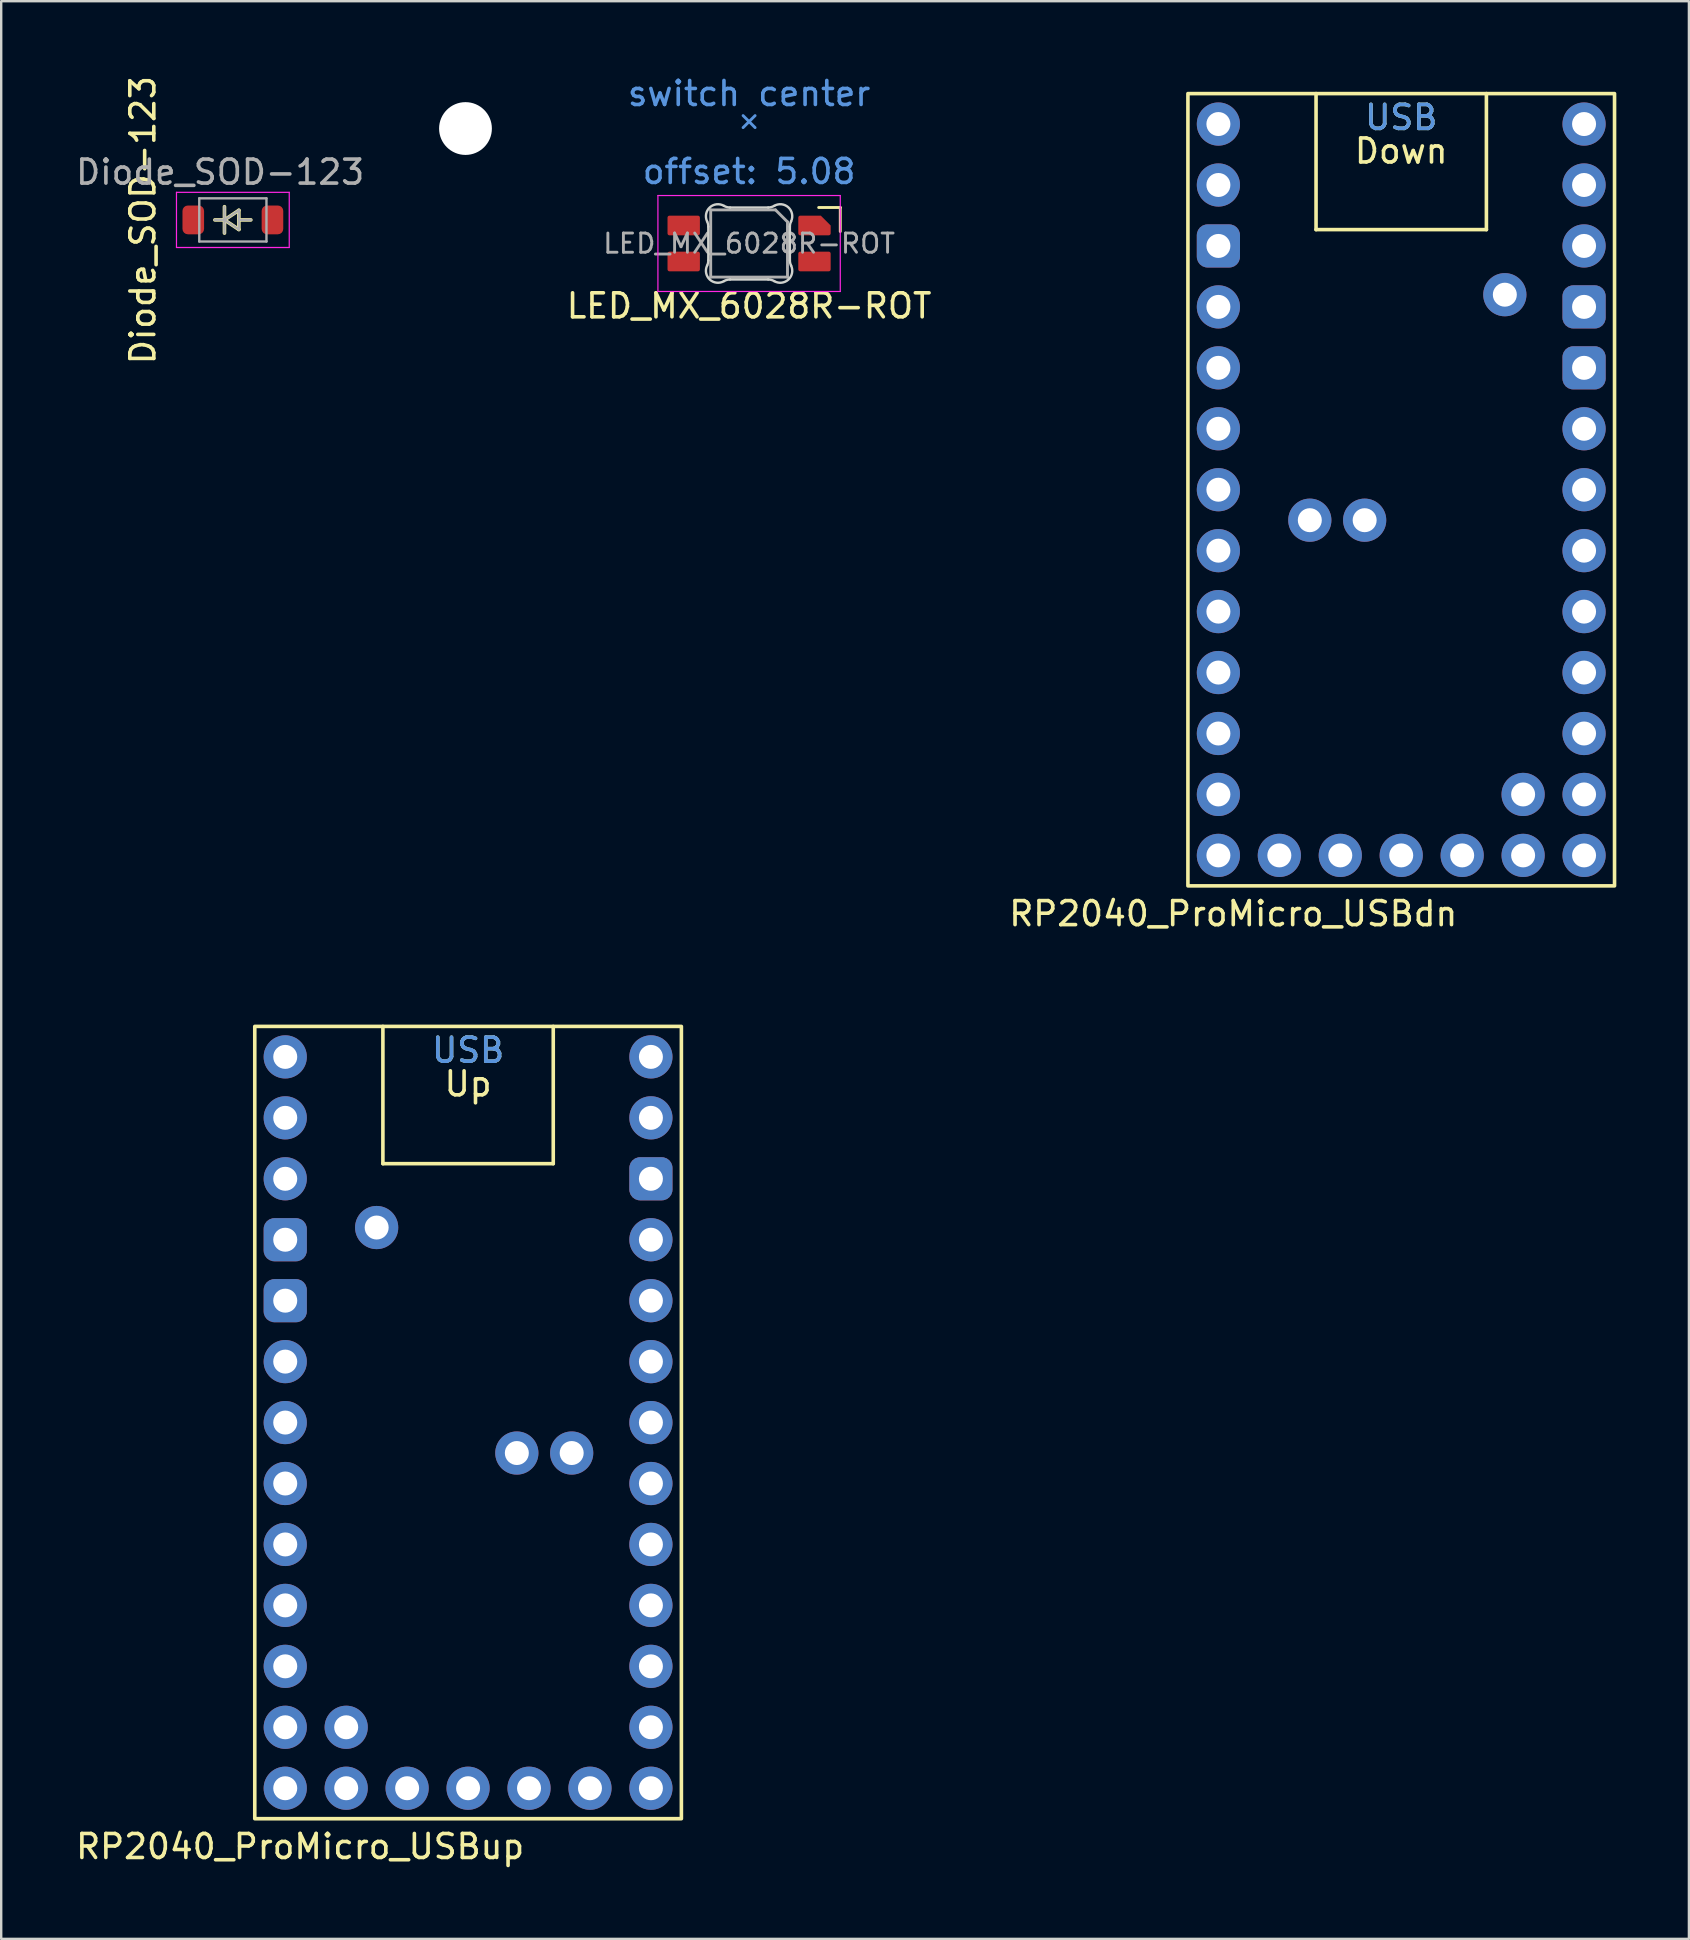
<source format=kicad_pcb>
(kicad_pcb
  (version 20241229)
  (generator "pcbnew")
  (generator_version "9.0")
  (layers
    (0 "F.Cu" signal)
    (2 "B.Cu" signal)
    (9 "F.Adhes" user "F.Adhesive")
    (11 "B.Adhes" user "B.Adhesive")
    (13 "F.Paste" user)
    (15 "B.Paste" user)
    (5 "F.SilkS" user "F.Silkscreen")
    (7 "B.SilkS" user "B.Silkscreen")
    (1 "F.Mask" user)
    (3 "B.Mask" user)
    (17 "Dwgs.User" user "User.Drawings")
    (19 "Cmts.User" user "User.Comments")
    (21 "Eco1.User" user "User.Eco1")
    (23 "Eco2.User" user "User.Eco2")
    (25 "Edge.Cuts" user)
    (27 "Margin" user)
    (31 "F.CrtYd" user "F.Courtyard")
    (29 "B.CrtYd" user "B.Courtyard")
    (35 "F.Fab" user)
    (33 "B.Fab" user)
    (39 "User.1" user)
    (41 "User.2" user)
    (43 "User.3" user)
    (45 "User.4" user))
  (footprint "RP2040_ProMicro_USBdn"
    (layer "F.Cu")
    (at 55.349 18.63)
    (property "Reference" "RP2040_ProMicro_USBdn" (at -7 16.4 0) (unlocked yes) (layer "F.SilkS") (effects (font (size 1 1) (thickness 0.15))))
    (attr through_hole exclude_from_pos_files exclude_from_bom)
    (fp_line (start -3.55 -12.11) (end -3.55 -17.78) (stroke (width 0.15) (type default)) (layer "F.SilkS"))
    (fp_line (start 3.55 -12.11) (end -3.55 -12.11) (stroke (width 0.15) (type default)) (layer "F.SilkS"))
    (fp_line (start 3.55 -12.11) (end 3.55 -17.78) (stroke (width 0.15) (type default)) (layer "F.SilkS"))
    (fp_rect (start -8.89 -17.78) (end 8.89 15.24) (stroke (width 0.15) (type solid)) (fill no) (layer "F.SilkS"))
    (fp_rect (start -3.55 -18.58) (end 3.55 -12.08) (stroke (width 0.1) (type default)) (fill no) (layer "Eco2.User"))
    (fp_rect (start 8.89 -17.78) (end -8.89 15.24) (stroke (width 0.2) (type solid)) (fill no) (layer "Eco2.User"))
    (fp_text user "Down" (at 0 -14.8 0) (unlocked yes) (layer "F.SilkS") (effects (font (size 1 1) (thickness 0.15)) (justify bottom)))
    (fp_text user "USB" (at 0 -16.2 0) (unlocked yes) (layer "F.SilkS") (effects (font (size 1 1) (thickness 0.15)) (justify bottom)))
    (fp_text user "USB" (at 0 -16.2 0) (layer "Cmts.User") (effects (font (size 1 1) (thickness 0.15)) (justify bottom)))
    (pad "0" thru_hole circle (at 7.62 -13.97) (size 1.8 1.8) (drill 1) (layers "*.Cu" "*.Mask"))
    (pad "1" thru_hole circle (at 7.62 -11.43) (size 1.8 1.8) (drill 1) (layers "*.Cu" "*.Mask"))
    (pad "2" thru_hole circle (at 7.62 -3.81) (size 1.8 1.8) (drill 1) (layers "*.Cu" "*.Mask"))
    (pad "3" thru_hole circle (at 7.62 -1.27) (size 1.8 1.8) (drill 1) (layers "*.Cu" "*.Mask"))
    (pad "3v3" thru_hole circle (at -7.62 -6.35) (size 1.8 1.8) (drill 1) (layers "*.Cu" "*.Mask"))
    (pad "4" thru_hole circle (at 7.62 1.27) (size 1.8 1.8) (drill 1) (layers "*.Cu" "*.Mask"))
    (pad "5" thru_hole circle (at 7.62 3.81) (size 1.8 1.8) (drill 1) (layers "*.Cu" "*.Mask"))
    (pad "5v" thru_hole circle (at -7.62 -13.97) (size 1.8 1.8) (drill 1) (layers "*.Cu" "*.Mask"))
    (pad "6" thru_hole circle (at 7.62 6.35) (size 1.8 1.8) (drill 1) (layers "*.Cu" "*.Mask"))
    (pad "7" thru_hole circle (at 7.62 8.89) (size 1.8 1.8) (drill 1) (layers "*.Cu" "*.Mask"))
    (pad "8" thru_hole circle (at 7.62 11.43) (size 1.8 1.8) (drill 1) (layers "*.Cu" "*.Mask"))
    (pad "9" thru_hole circle (at 7.62 13.97) (size 1.8 1.8) (drill 1) (layers "*.Cu" "*.Mask"))
    (pad "10" thru_hole circle (at 7.62 -16.51) (size 1.8 1.8) (drill 1) (layers "*.Cu" "*.Mask"))
    (pad "11" thru_hole circle (at -7.62 -16.51) (size 1.8 1.8) (drill 1) (layers "*.Cu" "*.Mask"))
    (pad "12" thru_hole circle (at 5.08 13.97) (size 1.8 1.8) (drill 1) (layers "*.Cu" "*.Mask"))
    (pad "13" thru_hole circle (at 2.54 13.97) (size 1.8 1.8) (drill 1) (layers "*.Cu" "*.Mask"))
    (pad "14" thru_hole circle (at 0 13.97) (size 1.8 1.8) (drill 1) (layers "*.Cu" "*.Mask"))
    (pad "15" thru_hole circle (at -2.54 13.97) (size 1.8 1.8) (drill 1) (layers "*.Cu" "*.Mask"))
    (pad "16" thru_hole circle (at -5.08 13.97) (size 1.8 1.8) (drill 1) (layers "*.Cu" "*.Mask"))
    (pad "18" thru_hole circle (at -1.524 0) (size 1.8 1.8) (drill 1) (layers "*.Cu" "*.Mask"))
    (pad "20" thru_hole circle (at -7.62 8.89) (size 1.8 1.8) (drill 1) (layers "*.Cu" "*.Mask"))
    (pad "21" thru_hole circle (at -7.62 13.97) (size 1.8 1.8) (drill 1) (layers "*.Cu" "*.Mask"))
    (pad "22" thru_hole circle (at -7.62 6.35) (size 1.8 1.8) (drill 1) (layers "*.Cu" "*.Mask"))
    (pad "23" thru_hole circle (at -7.62 11.43) (size 1.8 1.8) (drill 1) (layers "*.Cu" "*.Mask"))
    (pad "24" thru_hole circle (at -3.81 0) (size 1.8 1.8) (drill 1) (layers "*.Cu" "*.Mask"))
    (pad "25" thru_hole circle (at 5.08 11.43) (size 1.8 1.8) (drill 1) (layers "*.Cu" "*.Mask"))
    (pad "26" thru_hole circle (at -7.62 3.81) (size 1.8 1.8) (drill 1) (layers "*.Cu" "*.Mask"))
    (pad "27" thru_hole circle (at -7.62 1.27) (size 1.8 1.8) (drill 1) (layers "*.Cu" "*.Mask"))
    (pad "28" thru_hole circle (at -7.62 -1.27) (size 1.8 1.8) (drill 1) (layers "*.Cu" "*.Mask"))
    (pad "29" thru_hole circle (at -7.62 -3.81) (size 1.8 1.8) (drill 1) (layers "*.Cu" "*.Mask"))
    (pad "BOOT" thru_hole circle (at 4.318 -9.398) (size 1.8 1.8) (drill 1) (layers "*.Cu" "*.Mask"))
    (pad "G" thru_hole roundrect (at -7.62 -11.43) (size 1.8 1.8) (drill 1) (layers "*.Cu" "*.Mask") (roundrect_rratio 0.25))
    (pad "G" thru_hole roundrect (at 7.62 -8.89) (size 1.8 1.8) (drill 1) (layers "*.Cu" "*.Mask") (roundrect_rratio 0.25))
    (pad "G" thru_hole roundrect (at 7.62 -6.35) (size 1.8 1.8) (drill 1) (layers "*.Cu" "*.Mask") (roundrect_rratio 0.25))
    (pad "RST" thru_hole circle (at -7.62 -8.89) (size 1.8 1.8) (drill 1) (layers "*.Cu" "*.Mask")))
  (footprint "Diode_SOD-123"
    (layer "F.Cu")
    (at 6.655 6.115)
    (property "Reference" "Diode_SOD-123" (at -3.75 0.01 270) (layer "F.SilkS") (effects (font (size 1 1) (thickness 0.15))))
    (attr smd)
    (fp_line (start -0.75 0) (end -0.35 0) (stroke (width 0.15) (type solid)) (layer "F.SilkS"))
    (fp_line (start -0.35 0) (end -0.35 -0.55) (stroke (width 0.15) (type solid)) (layer "F.SilkS"))
    (fp_line (start -0.35 0) (end -0.35 0.55) (stroke (width 0.15) (type solid)) (layer "F.SilkS"))
    (fp_line (start -0.35 0) (end 0.25 -0.4) (stroke (width 0.15) (type solid)) (layer "F.SilkS"))
    (fp_line (start 0.25 -0.4) (end 0.25 0.4) (stroke (width 0.15) (type solid)) (layer "F.SilkS"))
    (fp_line (start 0.25 0) (end 0.75 0) (stroke (width 0.15) (type solid)) (layer "F.SilkS"))
    (fp_line (start 0.25 0.4) (end -0.35 0) (stroke (width 0.15) (type solid)) (layer "F.SilkS"))
    (fp_line (start -2.35 -1.15) (end -2.35 1.15) (stroke (width 0.05) (type solid)) (layer "F.CrtYd"))
    (fp_line (start -2.35 -1.15) (end 2.35 -1.15) (stroke (width 0.05) (type solid)) (layer "F.CrtYd"))
    (fp_line (start 2.35 -1.15) (end 2.35 1.15) (stroke (width 0.05) (type solid)) (layer "F.CrtYd"))
    (fp_line (start 2.35 1.15) (end -2.35 1.15) (stroke (width 0.05) (type solid)) (layer "F.CrtYd"))
    (fp_line (start -1.4 -0.9) (end 1.4 -0.9) (stroke (width 0.1) (type solid)) (layer "F.Fab"))
    (fp_line (start -1.4 0.9) (end -1.4 -0.9) (stroke (width 0.1) (type solid)) (layer "F.Fab"))
    (fp_line (start -0.75 0) (end -0.35 0) (stroke (width 0.1) (type solid)) (layer "F.Fab"))
    (fp_line (start -0.35 0) (end -0.35 -0.55) (stroke (width 0.1) (type solid)) (layer "F.Fab"))
    (fp_line (start -0.35 0) (end -0.35 0.55) (stroke (width 0.1) (type solid)) (layer "F.Fab"))
    (fp_line (start -0.35 0) (end 0.25 -0.4) (stroke (width 0.1) (type solid)) (layer "F.Fab"))
    (fp_line (start 0.25 -0.4) (end 0.25 0.4) (stroke (width 0.1) (type solid)) (layer "F.Fab"))
    (fp_line (start 0.25 0) (end 0.75 0) (stroke (width 0.1) (type solid)) (layer "F.Fab"))
    (fp_line (start 0.25 0.4) (end -0.35 0) (stroke (width 0.1) (type solid)) (layer "F.Fab"))
    (fp_line (start 1.4 -0.9) (end 1.4 0.9) (stroke (width 0.1) (type solid)) (layer "F.Fab"))
    (fp_line (start 1.4 0.9) (end -1.4 0.9) (stroke (width 0.1) (type solid)) (layer "F.Fab"))
    (fp_text user "${REFERENCE}" (at -0.53 -1.99 0) (layer "F.Fab") (effects (font (size 1 1) (thickness 0.15))))
    (pad "1" smd roundrect (at -1.65 0) (size 0.9 1.2) (layers "F.Cu" "F.Mask" "F.Paste") (roundrect_rratio 0.25))
    (pad "2" smd roundrect (at 1.65 0) (size 0.9 1.2) (layers "F.Cu" "F.Mask" "F.Paste") (roundrect_rratio 0.25)))
  (footprint "HOLE_M2"
    (layer "F.Cu")
    (at 16.35 2.307)
    (property "Reference" "HOLE_M2" (at 0 -2 0) (layer "Eco2.User") (effects (font (size 0.3 0.3) (thickness 0.075))))
    (attr through_hole)
    (pad "" np_thru_hole circle (at 0 0) (size 2.2 2.2) (drill 2.2) (layers "*.Cu" "*.Mask" "Eco2.User")))
  (footprint "RP2040_ProMicro_USBup"
    (layer "F.Cu")
    (at 16.458 57.508)
    (property "Reference" "RP2040_ProMicro_USBup" (at -7 16.4 0) (unlocked yes) (layer "F.SilkS") (effects (font (size 1 1) (thickness 0.15))))
    (attr through_hole exclude_from_pos_files exclude_from_bom)
    (fp_line (start -3.55 -12.06) (end -3.55 -17.78) (stroke (width 0.15) (type default)) (layer "F.SilkS"))
    (fp_line (start 3.55 -12.06) (end -3.55 -12.06) (stroke (width 0.15) (type default)) (layer "F.SilkS"))
    (fp_line (start 3.55 -12.06) (end 3.55 -17.78) (stroke (width 0.15) (type default)) (layer "F.SilkS"))
    (fp_rect (start -8.89 -17.78) (end 8.89 15.24) (stroke (width 0.15) (type solid)) (fill no) (layer "F.SilkS"))
    (fp_rect (start -3.55 -18.58) (end 3.55 -12.08) (stroke (width 0.1) (type default)) (fill no) (layer "Eco2.User"))
    (fp_rect (start 8.89 -17.78) (end -8.89 15.24) (stroke (width 0.2) (type solid)) (fill no) (layer "Eco2.User"))
    (fp_text user "Up" (at 0 -14.8 0) (unlocked yes) (layer "F.SilkS") (effects (font (size 1 1) (thickness 0.15)) (justify bottom)))
    (fp_text user "USB" (at 0 -16.2 0) (unlocked yes) (layer "F.SilkS") (effects (font (size 1 1) (thickness 0.15)) (justify bottom)))
    (fp_text user "USB" (at 0 -16.2 0) (layer "Cmts.User") (effects (font (size 1 1) (thickness 0.15)) (justify bottom)))
    (pad "0" thru_hole circle (at -7.62 -13.97) (size 1.8 1.8) (drill 1) (layers "*.Cu" "*.Mask"))
    (pad "1" thru_hole circle (at -7.62 -11.43) (size 1.8 1.8) (drill 1) (layers "*.Cu" "*.Mask"))
    (pad "2" thru_hole circle (at -7.62 -3.81) (size 1.8 1.8) (drill 1) (layers "*.Cu" "*.Mask"))
    (pad "3" thru_hole circle (at -7.62 -1.27) (size 1.8 1.8) (drill 1) (layers "*.Cu" "*.Mask"))
    (pad "3v3" thru_hole circle (at 7.62 -6.35) (size 1.8 1.8) (drill 1) (layers "*.Cu" "*.Mask"))
    (pad "4" thru_hole circle (at -7.62 1.27) (size 1.8 1.8) (drill 1) (layers "*.Cu" "*.Mask"))
    (pad "5" thru_hole circle (at -7.62 3.81) (size 1.8 1.8) (drill 1) (layers "*.Cu" "*.Mask"))
    (pad "5v" thru_hole circle (at 7.62 -13.97) (size 1.8 1.8) (drill 1) (layers "*.Cu" "*.Mask"))
    (pad "6" thru_hole circle (at -7.62 6.35) (size 1.8 1.8) (drill 1) (layers "*.Cu" "*.Mask"))
    (pad "7" thru_hole circle (at -7.62 8.89) (size 1.8 1.8) (drill 1) (layers "*.Cu" "*.Mask"))
    (pad "8" thru_hole circle (at -7.62 11.43) (size 1.8 1.8) (drill 1) (layers "*.Cu" "*.Mask"))
    (pad "9" thru_hole circle (at -7.62 13.97) (size 1.8 1.8) (drill 1) (layers "*.Cu" "*.Mask"))
    (pad "10" thru_hole circle (at -7.62 -16.51) (size 1.8 1.8) (drill 1) (layers "*.Cu" "*.Mask"))
    (pad "11" thru_hole circle (at 7.62 -16.51) (size 1.8 1.8) (drill 1) (layers "*.Cu" "*.Mask"))
    (pad "12" thru_hole circle (at -5.08 13.97) (size 1.8 1.8) (drill 1) (layers "*.Cu" "*.Mask"))
    (pad "13" thru_hole circle (at -2.54 13.97) (size 1.8 1.8) (drill 1) (layers "*.Cu" "*.Mask"))
    (pad "14" thru_hole circle (at 0 13.97) (size 1.8 1.8) (drill 1) (layers "*.Cu" "*.Mask"))
    (pad "15" thru_hole circle (at 2.54 13.97) (size 1.8 1.8) (drill 1) (layers "*.Cu" "*.Mask"))
    (pad "16" thru_hole circle (at 5.08 13.97) (size 1.8 1.8) (drill 1) (layers "*.Cu" "*.Mask"))
    (pad "18" thru_hole circle (at 2.032 0) (size 1.8 1.8) (drill 1) (layers "*.Cu" "*.Mask"))
    (pad "20" thru_hole circle (at 7.62 8.89) (size 1.8 1.8) (drill 1) (layers "*.Cu" "*.Mask"))
    (pad "21" thru_hole circle (at 7.62 13.97) (size 1.8 1.8) (drill 1) (layers "*.Cu" "*.Mask"))
    (pad "22" thru_hole circle (at 7.62 6.35) (size 1.8 1.8) (drill 1) (layers "*.Cu" "*.Mask"))
    (pad "23" thru_hole circle (at 7.62 11.43) (size 1.8 1.8) (drill 1) (layers "*.Cu" "*.Mask"))
    (pad "24" thru_hole circle (at 4.318 0) (size 1.8 1.8) (drill 1) (layers "*.Cu" "*.Mask"))
    (pad "25" thru_hole circle (at -5.08 11.43) (size 1.8 1.8) (drill 1) (layers "*.Cu" "*.Mask"))
    (pad "26" thru_hole circle (at 7.62 3.81) (size 1.8 1.8) (drill 1) (layers "*.Cu" "*.Mask"))
    (pad "27" thru_hole circle (at 7.62 1.27) (size 1.8 1.8) (drill 1) (layers "*.Cu" "*.Mask"))
    (pad "28" thru_hole circle (at 7.62 -1.27) (size 1.8 1.8) (drill 1) (layers "*.Cu" "*.Mask"))
    (pad "29" thru_hole circle (at 7.62 -3.81) (size 1.8 1.8) (drill 1) (layers "*.Cu" "*.Mask"))
    (pad "BOOT" thru_hole circle (at -3.81 -9.398) (size 1.8 1.8) (drill 1) (layers "*.Cu" "*.Mask"))
    (pad "G" thru_hole roundrect (at -7.62 -8.89) (size 1.8 1.8) (drill 1) (layers "*.Cu" "*.Mask") (roundrect_rratio 0.25))
    (pad "G" thru_hole roundrect (at -7.62 -6.35) (size 1.8 1.8) (drill 1) (layers "*.Cu" "*.Mask") (roundrect_rratio 0.25))
    (pad "G" thru_hole roundrect (at 7.62 -11.43) (size 1.8 1.8) (drill 1) (layers "*.Cu" "*.Mask") (roundrect_rratio 0.25))
    (pad "RST" thru_hole circle (at 7.62 -8.89) (size 1.8 1.8) (drill 1) (layers "*.Cu" "*.Mask")))
  (footprint "LED_MX_6028R-ROT"
    (layer "F.Cu")
    (at 28.17 7.098)
    (property "Reference" "LED_MX_6028R-ROT" (at 0 2.6 0) (layer "F.SilkS") (effects (font (size 1 1) (thickness 0.15))))
    (attr smd)
    (fp_line (start 3.8 -1.5) (end 2.9 -1.5) (stroke (width 0.12) (type solid)) (layer "F.SilkS"))
    (fp_line (start 3.8 -0.5) (end 3.8 -1.5) (stroke (width 0.12) (type solid)) (layer "F.SilkS"))
    (fp_line (start -0.25 -4.83) (end 0 -5.08) (stroke (width 0.12) (type solid)) (layer "Cmts.User"))
    (fp_line (start 0 -5.08) (end -0.25 -5.33) (stroke (width 0.12) (type solid)) (layer "Cmts.User"))
    (fp_line (start 0 -5.08) (end 0.25 -5.33) (stroke (width 0.12) (type solid)) (layer "Cmts.User"))
    (fp_line (start 0.25 -4.83) (end 0 -5.08) (stroke (width 0.12) (type solid)) (layer "Cmts.User"))
    (fp_line (start -1.7 -0.703) (end -1.7 0.703) (stroke (width 0.1) (type solid)) (layer "Edge.Cuts"))
    (fp_line (start -0.794 1.5) (end 0.794 1.5) (stroke (width 0.1) (type solid)) (layer "Edge.Cuts"))
    (fp_line (start 0.794 -1.5) (end -0.794 -1.5) (stroke (width 0.1) (type solid)) (layer "Edge.Cuts"))
    (fp_line (start 1.7 0.703) (end 1.7 -0.703) (stroke (width 0.1) (type solid)) (layer "Edge.Cuts"))
    (fp_arc (start -1.749484 -0.919719) (mid -1.712527 -0.814067) (end -1.699999 -0.702842) (stroke (width 0.1) (type solid)) (layer "Edge.Cuts"))
    (fp_arc (start -1.749484 -0.919719) (mid -1.63807 -1.504033) (end -1.046711 -1.568296) (stroke (width 0.1) (type solid)) (layer "Edge.Cuts"))
    (fp_arc (start -1.699999 0.702843) (mid -1.712527 0.814069) (end -1.749484 0.919721) (stroke (width 0.1) (type solid)) (layer "Edge.Cuts"))
    (fp_arc (start -1.046711 1.5683) (mid -1.638071 1.504036) (end -1.749484 0.919721) (stroke (width 0.1) (type solid)) (layer "Edge.Cuts"))
    (fp_arc (start -1.046711 1.5683) (mid -0.925123 1.517378) (end -0.794453 1.500001) (stroke (width 0.1) (type solid)) (layer "Edge.Cuts"))
    (fp_arc (start -0.794452 -1.499999) (mid -0.925122 -1.517376) (end -1.04671 -1.568298) (stroke (width 0.1) (type solid)) (layer "Edge.Cuts"))
    (fp_arc (start 0.794453 1.5) (mid 0.925123 1.517377) (end 1.046711 1.568299) (stroke (width 0.1) (type solid)) (layer "Edge.Cuts"))
    (fp_arc (start 1.046711 -1.568298) (mid 0.925123 -1.517376) (end 0.794452 -1.499999) (stroke (width 0.1) (type solid)) (layer "Edge.Cuts"))
    (fp_arc (start 1.046711 -1.568298) (mid 1.638072 -1.504034) (end 1.749484 -0.919718) (stroke (width 0.1) (type solid)) (layer "Edge.Cuts"))
    (fp_arc (start 1.699999 -0.702841) (mid 1.712527 -0.814067) (end 1.749484 -0.919719) (stroke (width 0.1) (type solid)) (layer "Edge.Cuts"))
    (fp_arc (start 1.749484 0.919721) (mid 1.63807 1.504035) (end 1.046711 1.568299) (stroke (width 0.1) (type solid)) (layer "Edge.Cuts"))
    (fp_arc (start 1.749484 0.919721) (mid 1.712527 0.814069) (end 1.699999 0.702844) (stroke (width 0.1) (type solid)) (layer "Edge.Cuts"))
    (fp_line (start -3.8 -2) (end 3.8 -2) (stroke (width 0.05) (type solid)) (layer "F.CrtYd"))
    (fp_line (start -3.8 2) (end -3.8 -2) (stroke (width 0.05) (type solid)) (layer "F.CrtYd"))
    (fp_line (start 3.8 -2) (end 3.8 2) (stroke (width 0.05) (type solid)) (layer "F.CrtYd"))
    (fp_line (start 3.8 2) (end -3.8 2) (stroke (width 0.05) (type solid)) (layer "F.CrtYd"))
    (fp_line (start -1.6 -1.4) (end 1.1 -1.4) (stroke (width 0.12) (type solid)) (layer "F.Fab"))
    (fp_line (start -1.6 1.4) (end -1.6 -1.4) (stroke (width 0.12) (type solid)) (layer "F.Fab"))
    (fp_line (start 1.6 -0.9) (end 1.1 -1.4) (stroke (width 0.12) (type solid)) (layer "F.Fab"))
    (fp_line (start 1.6 -0.9) (end 1.6 1.4) (stroke (width 0.12) (type solid)) (layer "F.Fab"))
    (fp_line (start 1.6 1.4) (end -1.6 1.4) (stroke (width 0.12) (type solid)) (layer "F.Fab"))
    (fp_text user "switch center" (at 0 -6.25 0) (layer "Cmts.User") (effects (font (size 1 1) (thickness 0.15))))
    (fp_text user "offset: 5.08" (at 0 -3 0) (layer "Cmts.User") (effects (font (size 1 1) (thickness 0.15))))
    (fp_text user "${REFERENCE}" (at 0 0 0) (layer "F.Fab") (effects (font (size 0.8 0.8) (thickness 0.12))))
    (pad "1" smd roundrect (at -2.725 0.75 270) (size 0.82 1.35) (layers "F.Cu" "F.Mask" "F.Paste") (roundrect_rratio 0.1))
    (pad "2" smd roundrect (at -2.725 -0.75 270) (size 0.82 1.35) (layers "F.Cu" "F.Mask" "F.Paste") (roundrect_rratio 0.1))
    (pad "3" smd roundrect (at 2.725 0.75 270) (size 0.82 1.35) (layers "F.Cu" "F.Mask" "F.Paste") (roundrect_rratio 0.1))
    (pad "4" smd roundrect (at 2.725 -0.75 270) (size 0.82 1.35) (layers "F.Cu" "F.Mask" "F.Paste") (roundrect_rratio 0.1) (chamfer_ratio 0.5) (chamfer top_left)))
  (gr_rect
    (start -3 -3)
    (end 67.339 77.757)
    (stroke (width 0.1) (type default))
    (fill no)
    (layer "Edge.Cuts")))
</source>
